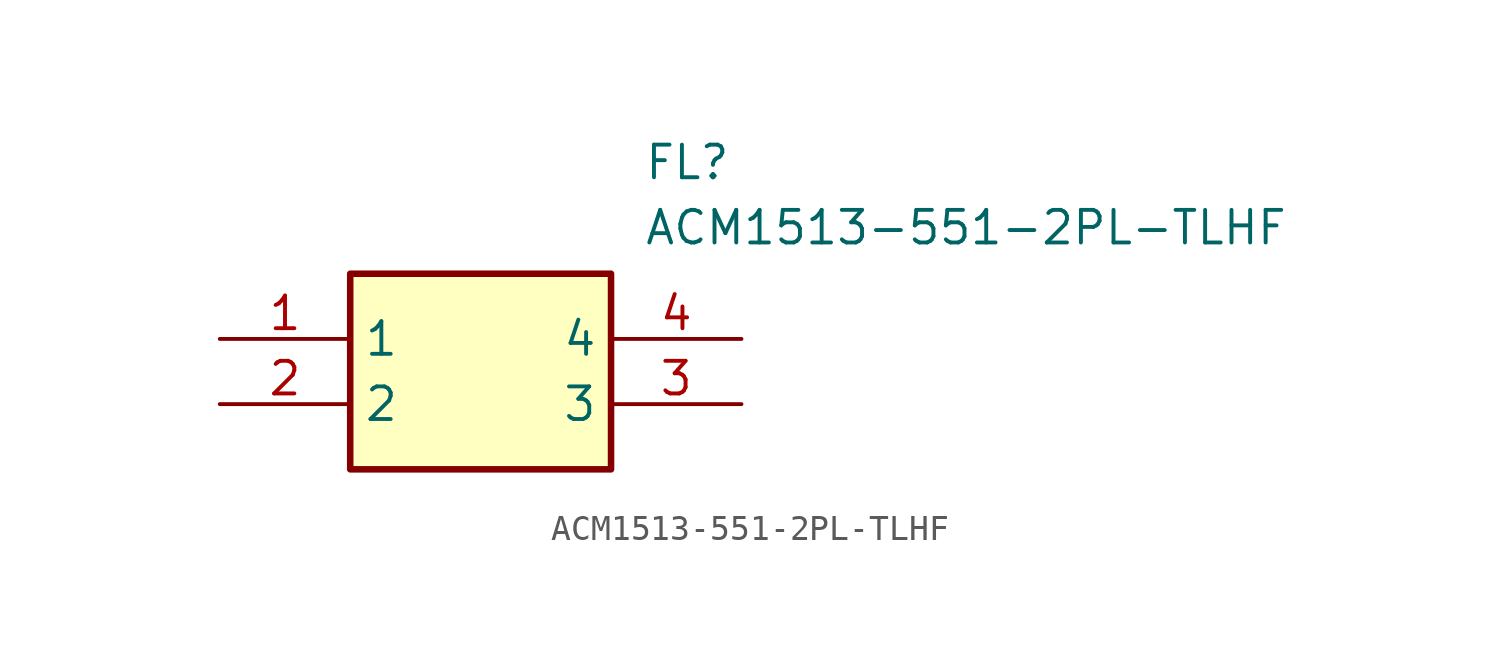
<source format=kicad_sym>
(kicad_symbol_lib
  (version 20211014)
  (generator SamacSys_ECAD_Model)
  (symbol "ACM1513-551-2PL-TLHF"
    (property "Reference" "FL"
      (at 16.51 7.62 0)
      (effects (font (size 1.27 1.27)) (justify left top)))
    (property "Value" "ACM1513-551-2PL-TLHF"
      (at 16.51 5.08 0)
      (effects (font (size 1.27 1.27)) (justify left top)))
    (rectangle
      (start 5.08 2.54)
      (end 15.24 -5.08)
      (stroke (width 0.254) (type default))
      (fill (type background)))
    (pin passive line
      (at 0 0 0)
      (length 5.08)
      (name "1" (effects (font (size 1.27 1.27))))
      (number "1" (effects (font (size 1.27 1.27)))))
    (pin passive line
      (at 0 -2.54 0)
      (length 5.08)
      (name "2" (effects (font (size 1.27 1.27))))
      (number "2" (effects (font (size 1.27 1.27)))))
    (pin passive line
      (at 20.32 -2.54 180)
      (length 5.08)
      (name "3" (effects (font (size 1.27 1.27))))
      (number "3" (effects (font (size 1.27 1.27)))))
    (pin passive line
      (at 20.32 0 180)
      (length 5.08)
      (name "4" (effects (font (size 1.27 1.27))))
      (number "4" (effects (font (size 1.27 1.27)))))))
</source>
